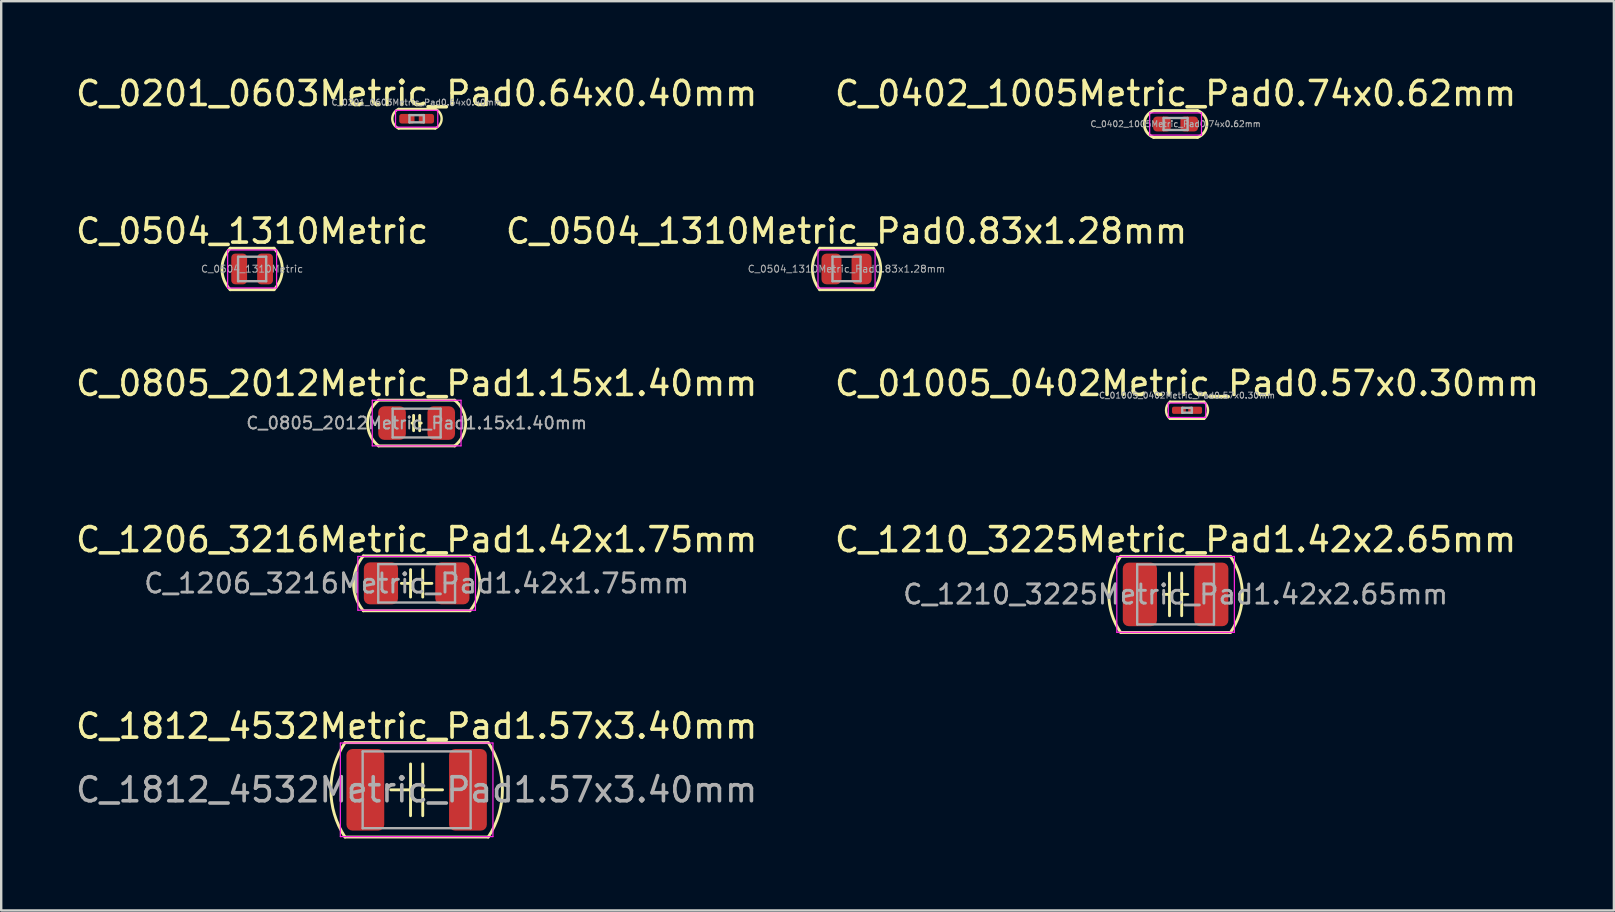
<source format=kicad_pcb>
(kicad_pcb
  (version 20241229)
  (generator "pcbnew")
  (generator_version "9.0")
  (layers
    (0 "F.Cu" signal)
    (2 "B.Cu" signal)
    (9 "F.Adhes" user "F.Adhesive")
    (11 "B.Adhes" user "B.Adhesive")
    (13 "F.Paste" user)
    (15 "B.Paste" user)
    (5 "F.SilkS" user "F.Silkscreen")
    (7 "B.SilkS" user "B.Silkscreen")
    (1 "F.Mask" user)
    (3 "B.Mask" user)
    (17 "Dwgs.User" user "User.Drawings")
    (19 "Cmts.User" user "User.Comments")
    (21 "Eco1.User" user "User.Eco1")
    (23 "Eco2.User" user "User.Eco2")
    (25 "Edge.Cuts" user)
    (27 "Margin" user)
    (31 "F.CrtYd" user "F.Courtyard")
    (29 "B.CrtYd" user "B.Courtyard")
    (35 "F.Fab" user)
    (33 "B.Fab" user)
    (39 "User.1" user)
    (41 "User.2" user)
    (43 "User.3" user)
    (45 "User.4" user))
  (footprint "C_0805_2012Metric_Pad1.15x1.40mm"
    (layer "F.Cu")
    (at 14.315 14.582)
    (property "Reference" "C_0805_2012Metric_Pad1.15x1.40mm" (at 0 -1.65 0) (layer "F.SilkS") (effects (font (size 1 1) (thickness 0.15))))
    (attr smd)
    (fp_line (start -1.587 0.953) (end 1.587 0.953) (stroke (width 0.12) (type solid)) (layer "F.SilkS"))
    (fp_line (start -0.127 -0.318) (end -0.127 0.318) (stroke (width 0.12) (type solid)) (layer "F.SilkS"))
    (fp_line (start -0.127 0) (end -0.191 0) (stroke (width 0.12) (type solid)) (layer "F.SilkS"))
    (fp_line (start 0.127 0) (end 0.191 0) (stroke (width 0.12) (type solid)) (layer "F.SilkS"))
    (fp_line (start 0.127 0.318) (end 0.127 -0.318) (stroke (width 0.12) (type solid)) (layer "F.SilkS"))
    (fp_line (start 1.587 -0.953) (end -1.587 -0.953) (stroke (width 0.12) (type solid)) (layer "F.SilkS"))
    (fp_arc (start -1.5875 0.9525) (mid -2.045295 0) (end -1.5875 -0.9525) (stroke (width 0.12) (type solid)) (layer "F.SilkS"))
    (fp_arc (start 1.5875 -0.9525) (mid 2.045295 0) (end 1.5875 0.9525) (stroke (width 0.12) (type solid)) (layer "F.SilkS"))
    (fp_line (start -1.85 -0.95) (end 1.85 -0.95) (stroke (width 0.05) (type solid)) (layer "F.CrtYd"))
    (fp_line (start -1.85 0.95) (end -1.85 -0.95) (stroke (width 0.05) (type solid)) (layer "F.CrtYd"))
    (fp_line (start 1.85 -0.95) (end 1.85 0.95) (stroke (width 0.05) (type solid)) (layer "F.CrtYd"))
    (fp_line (start 1.85 0.95) (end -1.85 0.95) (stroke (width 0.05) (type solid)) (layer "F.CrtYd"))
    (fp_line (start -1 -0.6) (end 1 -0.6) (stroke (width 0.1) (type solid)) (layer "F.Fab"))
    (fp_line (start -1 0.6) (end -1 -0.6) (stroke (width 0.1) (type solid)) (layer "F.Fab"))
    (fp_line (start 1 -0.6) (end 1 0.6) (stroke (width 0.1) (type solid)) (layer "F.Fab"))
    (fp_line (start 1 0.6) (end -1 0.6) (stroke (width 0.1) (type solid)) (layer "F.Fab"))
    (fp_text user "${REFERENCE}" (at 0 0 0) (layer "F.Fab") (effects (font (size 0.5 0.5) (thickness 0.08))))
    (pad "1" smd roundrect (at -1.025 0) (size 1.15 1.4) (layers "F.Cu" "F.Mask" "F.Paste") (roundrect_rratio 0.217))
    (pad "2" smd roundrect (at 1.025 0) (size 1.15 1.4) (layers "F.Cu" "F.Mask" "F.Paste") (roundrect_rratio 0.217)))
  (footprint "C_0201_0603Metric_Pad0.64x0.40mm"
    (layer "F.Cu")
    (at 14.315 1.898)
    (property "Reference" "C_0201_0603Metric_Pad0.64x0.40mm" (at 0 -1.05 0) (layer "F.SilkS") (effects (font (size 1 1) (thickness 0.15))))
    (attr smd)
    (fp_line (start -0.75 0.406) (end 0.776 0.406) (stroke (width 0.1) (type solid)) (layer "F.SilkS"))
    (fp_line (start 0.776 -0.406) (end -0.75 -0.406) (stroke (width 0.1) (type solid)) (layer "F.SilkS"))
    (fp_arc (start -0.750313 0.4064) (mid -1.016 0) (end -0.750312 -0.4064) (stroke (width 0.1) (type solid)) (layer "F.SilkS"))
    (fp_arc (start 0.775713 -0.4064) (mid 1.0414 0) (end 0.775712 0.4064) (stroke (width 0.1) (type solid)) (layer "F.SilkS"))
    (fp_line (start -0.88 -0.35) (end 0.88 -0.35) (stroke (width 0.05) (type solid)) (layer "F.CrtYd"))
    (fp_line (start -0.88 0.35) (end -0.88 -0.35) (stroke (width 0.05) (type solid)) (layer "F.CrtYd"))
    (fp_line (start 0.88 -0.35) (end 0.88 0.35) (stroke (width 0.05) (type solid)) (layer "F.CrtYd"))
    (fp_line (start 0.88 0.35) (end -0.88 0.35) (stroke (width 0.05) (type solid)) (layer "F.CrtYd"))
    (fp_line (start -0.3 -0.15) (end 0.3 -0.15) (stroke (width 0.1) (type solid)) (layer "F.Fab"))
    (fp_line (start -0.3 0.15) (end -0.3 -0.15) (stroke (width 0.1) (type solid)) (layer "F.Fab"))
    (fp_line (start 0.3 -0.15) (end 0.3 0.15) (stroke (width 0.1) (type solid)) (layer "F.Fab"))
    (fp_line (start 0.3 0.15) (end -0.3 0.15) (stroke (width 0.1) (type solid)) (layer "F.Fab"))
    (fp_text user "${REFERENCE}" (at 0 -0.68 0) (layer "F.Fab") (effects (font (size 0.25 0.25) (thickness 0.04))))
    (pad "" smd roundrect (at -0.432 0) (size 0.458 0.36) (layers "F.Paste") (roundrect_rratio 0.25))
    (pad "" smd roundrect (at 0.432 0) (size 0.458 0.36) (layers "F.Paste") (roundrect_rratio 0.25))
    (pad "1" smd roundrect (at -0.407 0) (size 0.635 0.4) (layers "F.Cu" "F.Mask") (roundrect_rratio 0.25))
    (pad "2" smd roundrect (at 0.407 0) (size 0.635 0.4) (layers "F.Cu" "F.Mask") (roundrect_rratio 0.25)))
  (footprint "C_0402_1005Metric_Pad0.74x0.62mm"
    (layer "F.Cu")
    (at 45.946 2.118)
    (property "Reference" "C_0402_1005Metric_Pad0.74x0.62mm" (at 0 -1.27 0) (layer "F.SilkS") (effects (font (size 1 1) (thickness 0.15))))
    (attr smd)
    (fp_line (start -0.914 -0.559) (end 0.914 -0.559) (stroke (width 0.12) (type solid)) (layer "F.SilkS"))
    (fp_line (start 0.914 0.559) (end -0.914 0.559) (stroke (width 0.12) (type solid)) (layer "F.SilkS"))
    (fp_arc (start -0.914399 0.5588) (mid -1.305797 0.000001) (end -0.9144 -0.558798) (stroke (width 0.12) (type solid)) (layer "F.SilkS"))
    (fp_arc (start 0.914399 -0.5588) (mid 1.305797 -0.000001) (end 0.9144 0.558798) (stroke (width 0.12) (type solid)) (layer "F.SilkS"))
    (fp_line (start -1.08 -0.46) (end 1.08 -0.46) (stroke (width 0.05) (type solid)) (layer "F.CrtYd"))
    (fp_line (start -1.08 0.46) (end -1.08 -0.46) (stroke (width 0.05) (type solid)) (layer "F.CrtYd"))
    (fp_line (start 1.08 -0.46) (end 1.08 0.46) (stroke (width 0.05) (type solid)) (layer "F.CrtYd"))
    (fp_line (start 1.08 0.46) (end -1.08 0.46) (stroke (width 0.05) (type solid)) (layer "F.CrtYd"))
    (fp_line (start -0.5 -0.25) (end 0.5 -0.25) (stroke (width 0.1) (type solid)) (layer "F.Fab"))
    (fp_line (start -0.5 0.25) (end -0.5 -0.25) (stroke (width 0.1) (type solid)) (layer "F.Fab"))
    (fp_line (start 0.5 -0.25) (end 0.5 0.25) (stroke (width 0.1) (type solid)) (layer "F.Fab"))
    (fp_line (start 0.5 0.25) (end -0.5 0.25) (stroke (width 0.1) (type solid)) (layer "F.Fab"))
    (fp_text user "${REFERENCE}" (at 0 0 0) (layer "F.Fab") (effects (font (size 0.25 0.25) (thickness 0.04))))
    (pad "1" smd roundrect (at -0.568 0) (size 0.735 0.62) (layers "F.Cu" "F.Mask" "F.Paste") (roundrect_rratio 0.25))
    (pad "2" smd roundrect (at 0.568 0) (size 0.735 0.62) (layers "F.Cu" "F.Mask" "F.Paste") (roundrect_rratio 0.25)))
  (footprint "C_01005_0402Metric_Pad0.57x0.30mm"
    (layer "F.Cu")
    (at 46.423 14.05)
    (property "Reference" "C_01005_0402Metric_Pad0.57x0.30mm" (at 0 -1.118 0) (layer "F.SilkS") (effects (font (size 1 1) (thickness 0.15))))
    (attr smd)
    (fp_line (start -0.711 0.356) (end 0.711 0.356) (stroke (width 0.1) (type solid)) (layer "F.SilkS"))
    (fp_line (start 0.711 -0.356) (end -0.711 -0.356) (stroke (width 0.1) (type solid)) (layer "F.SilkS"))
    (fp_arc (start -0.7112 0.355598) (mid -0.874757 -0.000001) (end -0.7112 -0.3556) (stroke (width 0.1) (type solid)) (layer "F.SilkS"))
    (fp_arc (start 0.7112 -0.355598) (mid 0.874757 0.000001) (end 0.7112 0.3556) (stroke (width 0.1) (type solid)) (layer "F.SilkS"))
    (fp_line (start -0.78 -0.3) (end 0.78 -0.3) (stroke (width 0.05) (type solid)) (layer "F.CrtYd"))
    (fp_line (start -0.78 0.3) (end -0.78 -0.3) (stroke (width 0.05) (type solid)) (layer "F.CrtYd"))
    (fp_line (start 0.78 -0.3) (end 0.78 0.3) (stroke (width 0.05) (type solid)) (layer "F.CrtYd"))
    (fp_line (start 0.78 0.3) (end -0.78 0.3) (stroke (width 0.05) (type solid)) (layer "F.CrtYd"))
    (fp_line (start -0.2 -0.1) (end 0.2 -0.1) (stroke (width 0.1) (type solid)) (layer "F.Fab"))
    (fp_line (start -0.2 0.1) (end -0.2 -0.1) (stroke (width 0.1) (type solid)) (layer "F.Fab"))
    (fp_line (start 0.2 -0.1) (end 0.2 0.1) (stroke (width 0.1) (type solid)) (layer "F.Fab"))
    (fp_line (start 0.2 0.1) (end -0.2 0.1) (stroke (width 0.1) (type solid)) (layer "F.Fab"))
    (fp_text user "${REFERENCE}" (at 0 -0.62 0) (layer "F.Fab") (effects (font (size 0.25 0.25) (thickness 0.04))))
    (pad "" smd roundrect (at -0.362 0) (size 0.41 0.27) (layers "F.Paste") (roundrect_rratio 0.25))
    (pad "" smd roundrect (at 0.362 0) (size 0.41 0.27) (layers "F.Paste") (roundrect_rratio 0.25))
    (pad "1" smd roundrect (at -0.338 0) (size 0.575 0.3) (layers "F.Cu" "F.Mask") (roundrect_rratio 0.25))
    (pad "2" smd roundrect (at 0.338 0) (size 0.575 0.3) (layers "F.Cu" "F.Mask") (roundrect_rratio 0.25)))
  (footprint "C_1206_3216Metric_Pad1.42x1.75mm"
    (layer "F.Cu")
    (at 14.315 21.263)
    (property "Reference" "C_1206_3216Metric_Pad1.42x1.75mm" (at 0 -1.82 0) (layer "F.SilkS") (effects (font (size 1 1) (thickness 0.15))))
    (attr smd)
    (fp_line (start -2.223 1.143) (end 2.223 1.143) (stroke (width 0.12) (type solid)) (layer "F.SilkS"))
    (fp_line (start -0.254 -0.572) (end -0.254 0.572) (stroke (width 0.12) (type solid)) (layer "F.SilkS"))
    (fp_line (start -0.254 0) (end -0.635 0) (stroke (width 0.12) (type solid)) (layer "F.SilkS"))
    (fp_line (start 0.254 -0.572) (end 0.254 0.572) (stroke (width 0.12) (type solid)) (layer "F.SilkS"))
    (fp_line (start 0.254 0) (end 0.635 0) (stroke (width 0.12) (type solid)) (layer "F.SilkS"))
    (fp_line (start 2.223 -1.143) (end -2.223 -1.143) (stroke (width 0.12) (type solid)) (layer "F.SilkS"))
    (fp_arc (start -2.2225 1.143) (mid -2.630509 0) (end -2.2225 -1.143) (stroke (width 0.12) (type solid)) (layer "F.SilkS"))
    (fp_arc (start 2.2225 -1.143) (mid 2.630509 0) (end 2.2225 1.143) (stroke (width 0.12) (type solid)) (layer "F.SilkS"))
    (fp_line (start -2.45 -1.12) (end 2.45 -1.12) (stroke (width 0.05) (type solid)) (layer "F.CrtYd"))
    (fp_line (start -2.45 1.12) (end -2.45 -1.12) (stroke (width 0.05) (type solid)) (layer "F.CrtYd"))
    (fp_line (start 2.45 -1.12) (end 2.45 1.12) (stroke (width 0.05) (type solid)) (layer "F.CrtYd"))
    (fp_line (start 2.45 1.12) (end -2.45 1.12) (stroke (width 0.05) (type solid)) (layer "F.CrtYd"))
    (fp_line (start -1.6 -0.8) (end 1.6 -0.8) (stroke (width 0.1) (type solid)) (layer "F.Fab"))
    (fp_line (start -1.6 0.8) (end -1.6 -0.8) (stroke (width 0.1) (type solid)) (layer "F.Fab"))
    (fp_line (start 1.6 -0.8) (end 1.6 0.8) (stroke (width 0.1) (type solid)) (layer "F.Fab"))
    (fp_line (start 1.6 0.8) (end -1.6 0.8) (stroke (width 0.1) (type solid)) (layer "F.Fab"))
    (fp_text user "${REFERENCE}" (at 0 0 0) (layer "F.Fab") (effects (font (size 0.8 0.8) (thickness 0.12))))
    (pad "1" smd roundrect (at -1.488 0) (size 1.425 1.75) (layers "F.Cu" "F.Mask" "F.Paste") (roundrect_rratio 0.175))
    (pad "2" smd roundrect (at 1.488 0) (size 1.425 1.75) (layers "F.Cu" "F.Mask" "F.Paste") (roundrect_rratio 0.175)))
  (footprint "C_1210_3225Metric_Pad1.42x2.65mm"
    (layer "F.Cu")
    (at 45.946 21.723)
    (property "Reference" "C_1210_3225Metric_Pad1.42x2.65mm" (at 0 -2.28 0) (layer "F.SilkS") (effects (font (size 1 1) (thickness 0.15))))
    (attr smd)
    (fp_line (start -2.286 1.587) (end 2.286 1.587) (stroke (width 0.12) (type solid)) (layer "F.SilkS"))
    (fp_line (start -0.254 -0.889) (end -0.254 0) (stroke (width 0.12) (type solid)) (layer "F.SilkS"))
    (fp_line (start -0.254 0) (end -0.508 0) (stroke (width 0.12) (type solid)) (layer "F.SilkS"))
    (fp_line (start -0.254 0) (end -0.254 0.889) (stroke (width 0.12) (type solid)) (layer "F.SilkS"))
    (fp_line (start 0.254 -0.889) (end 0.254 0.889) (stroke (width 0.12) (type solid)) (layer "F.SilkS"))
    (fp_line (start 0.254 0) (end 0.508 0) (stroke (width 0.12) (type solid)) (layer "F.SilkS"))
    (fp_line (start 2.286 -1.587) (end -2.286 -1.587) (stroke (width 0.12) (type solid)) (layer "F.SilkS"))
    (fp_arc (start -2.286 1.5875) (mid -2.783155 0) (end -2.286 -1.5875) (stroke (width 0.12) (type solid)) (layer "F.SilkS"))
    (fp_arc (start 2.286 -1.5875) (mid 2.783155 0) (end 2.286 1.5875) (stroke (width 0.12) (type solid)) (layer "F.SilkS"))
    (fp_line (start -2.45 -1.58) (end 2.45 -1.58) (stroke (width 0.05) (type solid)) (layer "F.CrtYd"))
    (fp_line (start -2.45 1.58) (end -2.45 -1.58) (stroke (width 0.05) (type solid)) (layer "F.CrtYd"))
    (fp_line (start 2.45 -1.58) (end 2.45 1.58) (stroke (width 0.05) (type solid)) (layer "F.CrtYd"))
    (fp_line (start 2.45 1.58) (end -2.45 1.58) (stroke (width 0.05) (type solid)) (layer "F.CrtYd"))
    (fp_line (start -1.6 -1.25) (end 1.6 -1.25) (stroke (width 0.1) (type solid)) (layer "F.Fab"))
    (fp_line (start -1.6 1.25) (end -1.6 -1.25) (stroke (width 0.1) (type solid)) (layer "F.Fab"))
    (fp_line (start 1.6 -1.25) (end 1.6 1.25) (stroke (width 0.1) (type solid)) (layer "F.Fab"))
    (fp_line (start 1.6 1.25) (end -1.6 1.25) (stroke (width 0.1) (type solid)) (layer "F.Fab"))
    (fp_text user "${REFERENCE}" (at 0 0 0) (layer "F.Fab") (effects (font (size 0.8 0.8) (thickness 0.12))))
    (pad "1" smd roundrect (at -1.488 0) (size 1.425 2.65) (layers "F.Cu" "F.Mask" "F.Paste") (roundrect_rratio 0.175))
    (pad "2" smd roundrect (at 1.488 0) (size 1.425 2.65) (layers "F.Cu" "F.Mask" "F.Paste") (roundrect_rratio 0.175)))
  (footprint "C_0504_1310Metric"
    (layer "F.Cu")
    (at 7.458 8.16)
    (property "Reference" "C_0504_1310Metric" (at 0 -1.575 0) (layer "F.SilkS") (effects (font (size 1 1) (thickness 0.15))))
    (attr smd)
    (fp_line (start -0.914 0.864) (end 0.914 0.864) (stroke (width 0.12) (type solid)) (layer "F.SilkS"))
    (fp_line (start 0.914 -0.864) (end -0.914 -0.864) (stroke (width 0.12) (type solid)) (layer "F.SilkS"))
    (fp_arc (start -0.9144 0.863599) (mid -1.257748 0) (end -0.9144 -0.863599) (stroke (width 0.12) (type solid)) (layer "F.SilkS"))
    (fp_arc (start 0.9144 -0.863598) (mid 1.257748 0.000001) (end 0.9144 0.8636) (stroke (width 0.12) (type solid)) (layer "F.SilkS"))
    (fp_line (start -1.02 -0.79) (end 1.02 -0.79) (stroke (width 0.05) (type solid)) (layer "F.CrtYd"))
    (fp_line (start -1.02 0.79) (end -1.02 -0.79) (stroke (width 0.05) (type solid)) (layer "F.CrtYd"))
    (fp_line (start 1.02 -0.79) (end 1.02 0.79) (stroke (width 0.05) (type solid)) (layer "F.CrtYd"))
    (fp_line (start 1.02 0.79) (end -1.02 0.79) (stroke (width 0.05) (type solid)) (layer "F.CrtYd"))
    (fp_line (start -0.585 -0.51) (end 0.585 -0.51) (stroke (width 0.1) (type solid)) (layer "F.Fab"))
    (fp_line (start -0.585 0.51) (end -0.585 -0.51) (stroke (width 0.1) (type solid)) (layer "F.Fab"))
    (fp_line (start 0.585 -0.51) (end 0.585 0.51) (stroke (width 0.1) (type solid)) (layer "F.Fab"))
    (fp_line (start 0.585 0.51) (end -0.585 0.51) (stroke (width 0.1) (type solid)) (layer "F.Fab"))
    (fp_text user "${REFERENCE}" (at 0 0 0) (layer "F.Fab") (effects (font (size 0.29 0.29) (thickness 0.04))))
    (pad "1" smd roundrect (at -0.54 0) (size 0.66 1.28) (layers "F.Cu" "F.Mask" "F.Paste") (roundrect_rratio 0.25))
    (pad "2" smd roundrect (at 0.54 0) (size 0.66 1.28) (layers "F.Cu" "F.Mask" "F.Paste") (roundrect_rratio 0.25)))
  (footprint "C_0504_1310Metric_Pad0.83x1.28mm"
    (layer "F.Cu")
    (at 32.232 8.16)
    (property "Reference" "C_0504_1310Metric_Pad0.83x1.28mm" (at 0 -1.575 0) (layer "F.SilkS") (effects (font (size 1 1) (thickness 0.15))))
    (attr smd)
    (fp_line (start -1.118 0.864) (end 1.118 0.864) (stroke (width 0.12) (type solid)) (layer "F.SilkS"))
    (fp_line (start 1.118 -0.864) (end -1.118 -0.864) (stroke (width 0.12) (type solid)) (layer "F.SilkS"))
    (fp_arc (start -1.1176 0.8636) (mid -1.42334 0) (end -1.1176 -0.8636) (stroke (width 0.12) (type solid)) (layer "F.SilkS"))
    (fp_arc (start 1.1176 -0.8636) (mid 1.42334 0) (end 1.1176 0.8636) (stroke (width 0.12) (type solid)) (layer "F.SilkS"))
    (fp_line (start -1.19 -0.79) (end 1.19 -0.79) (stroke (width 0.05) (type solid)) (layer "F.CrtYd"))
    (fp_line (start -1.19 0.79) (end -1.19 -0.79) (stroke (width 0.05) (type solid)) (layer "F.CrtYd"))
    (fp_line (start 1.19 -0.79) (end 1.19 0.79) (stroke (width 0.05) (type solid)) (layer "F.CrtYd"))
    (fp_line (start 1.19 0.79) (end -1.19 0.79) (stroke (width 0.05) (type solid)) (layer "F.CrtYd"))
    (fp_line (start -0.585 -0.51) (end 0.585 -0.51) (stroke (width 0.1) (type solid)) (layer "F.Fab"))
    (fp_line (start -0.585 0.51) (end -0.585 -0.51) (stroke (width 0.1) (type solid)) (layer "F.Fab"))
    (fp_line (start 0.585 -0.51) (end 0.585 0.51) (stroke (width 0.1) (type solid)) (layer "F.Fab"))
    (fp_line (start 0.585 0.51) (end -0.585 0.51) (stroke (width 0.1) (type solid)) (layer "F.Fab"))
    (fp_text user "${REFERENCE}" (at 0 0 0) (layer "F.Fab") (effects (font (size 0.29 0.29) (thickness 0.04))))
    (pad "1" smd roundrect (at -0.627 0) (size 0.835 1.28) (layers "F.Cu" "F.Mask" "F.Paste") (roundrect_rratio 0.25))
    (pad "2" smd roundrect (at 0.627 0) (size 0.835 1.28) (layers "F.Cu" "F.Mask" "F.Paste") (roundrect_rratio 0.25)))
  (footprint "C_1812_4532Metric_Pad1.57x3.40mm"
    (layer "F.Cu")
    (at 14.315 29.868)
    (property "Reference" "C_1812_4532Metric_Pad1.57x3.40mm" (at 0 -2.65 0) (layer "F.SilkS") (effects (font (size 1 1) (thickness 0.15))))
    (attr smd)
    (fp_line (start -2.985 1.968) (end 2.985 1.969) (stroke (width 0.12) (type solid)) (layer "F.SilkS"))
    (fp_line (start -0.254 -1.079) (end -0.254 0) (stroke (width 0.12) (type solid)) (layer "F.SilkS"))
    (fp_line (start -0.254 0) (end -1.079 0) (stroke (width 0.12) (type solid)) (layer "F.SilkS"))
    (fp_line (start -0.254 0) (end -0.254 1.079) (stroke (width 0.12) (type solid)) (layer "F.SilkS"))
    (fp_line (start 0.254 -1.079) (end 0.254 0) (stroke (width 0.12) (type solid)) (layer "F.SilkS"))
    (fp_line (start 0.254 0) (end 0.254 1.079) (stroke (width 0.12) (type solid)) (layer "F.SilkS"))
    (fp_line (start 0.254 0) (end 1.079 0) (stroke (width 0.12) (type solid)) (layer "F.SilkS"))
    (fp_line (start 2.985 -1.968) (end -2.985 -1.968) (stroke (width 0.12) (type solid)) (layer "F.SilkS"))
    (fp_arc (start -2.984501 1.9685) (mid -3.575225 0) (end -2.9845 -1.968499) (stroke (width 0.12) (type solid)) (layer "F.SilkS"))
    (fp_arc (start 2.984501 -1.968498) (mid 3.575225 0.000002) (end 2.9845 1.968501) (stroke (width 0.12) (type solid)) (layer "F.SilkS"))
    (fp_line (start -3.18 -1.95) (end 3.18 -1.95) (stroke (width 0.05) (type solid)) (layer "F.CrtYd"))
    (fp_line (start -3.18 1.95) (end -3.18 -1.95) (stroke (width 0.05) (type solid)) (layer "F.CrtYd"))
    (fp_line (start 3.18 -1.95) (end 3.18 1.95) (stroke (width 0.05) (type solid)) (layer "F.CrtYd"))
    (fp_line (start 3.18 1.95) (end -3.18 1.95) (stroke (width 0.05) (type solid)) (layer "F.CrtYd"))
    (fp_line (start -2.25 -1.6) (end 2.25 -1.6) (stroke (width 0.1) (type solid)) (layer "F.Fab"))
    (fp_line (start -2.25 1.6) (end -2.25 -1.6) (stroke (width 0.1) (type solid)) (layer "F.Fab"))
    (fp_line (start 2.25 -1.6) (end 2.25 1.6) (stroke (width 0.1) (type solid)) (layer "F.Fab"))
    (fp_line (start 2.25 1.6) (end -2.25 1.6) (stroke (width 0.1) (type solid)) (layer "F.Fab"))
    (fp_text user "${REFERENCE}" (at 0 0 0) (layer "F.Fab") (effects (font (size 1 1) (thickness 0.15))))
    (pad "1" smd roundrect (at -2.138 0) (size 1.575 3.4) (layers "F.Cu" "F.Mask" "F.Paste") (roundrect_rratio 0.159))
    (pad "2" smd roundrect (at 2.138 0) (size 1.575 3.4) (layers "F.Cu" "F.Mask" "F.Paste") (roundrect_rratio 0.159)))
  (gr_rect
    (start -3 -3)
    (end 64.214 34.897)
    (stroke (width 0.1) (type default))
    (fill no)
    (layer "Edge.Cuts")))
</source>
